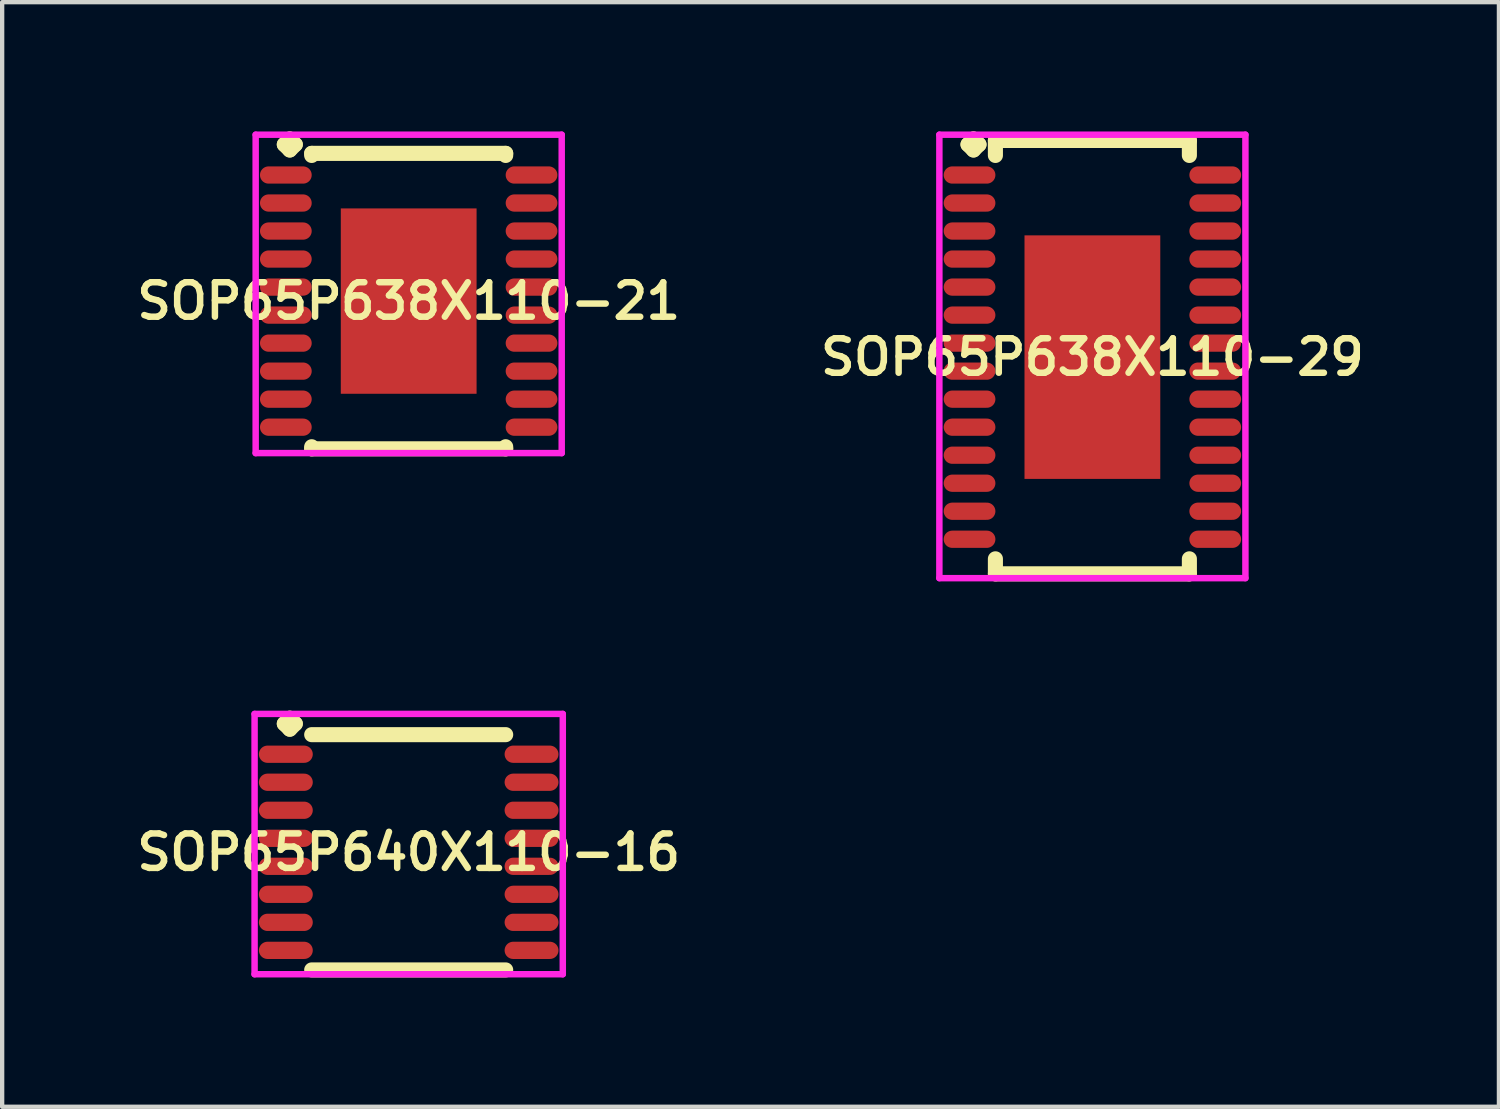
<source format=kicad_pcb>
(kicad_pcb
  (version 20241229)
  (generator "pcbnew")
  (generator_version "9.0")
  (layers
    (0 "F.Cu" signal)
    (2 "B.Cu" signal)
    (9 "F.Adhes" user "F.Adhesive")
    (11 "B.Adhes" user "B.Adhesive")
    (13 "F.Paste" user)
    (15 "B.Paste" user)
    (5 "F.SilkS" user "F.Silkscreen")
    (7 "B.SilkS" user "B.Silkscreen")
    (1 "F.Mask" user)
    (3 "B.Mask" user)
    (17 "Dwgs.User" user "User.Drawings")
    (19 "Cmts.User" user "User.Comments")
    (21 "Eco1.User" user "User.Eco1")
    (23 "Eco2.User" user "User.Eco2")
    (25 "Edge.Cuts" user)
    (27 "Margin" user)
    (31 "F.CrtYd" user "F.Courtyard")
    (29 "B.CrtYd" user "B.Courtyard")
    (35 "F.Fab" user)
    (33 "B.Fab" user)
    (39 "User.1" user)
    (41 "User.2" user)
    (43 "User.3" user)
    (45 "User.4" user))
  (footprint "SOP65P638X110-21"
    (layer "F.Cu")
    (at 6.431 3.935)
    (property "Reference" "SOP65P638X110-21" (at 0 0 0) (layer "F.SilkS") (effects (font (size 0.8 0.8) (thickness 0.15))))
    (attr smd)
    (fp_line (start -2.885 -3.633) (end -2.758 -3.76) (stroke (width 0.35) (type solid)) (layer "F.SilkS"))
    (fp_line (start -2.758 -3.76) (end -2.631 -3.633) (stroke (width 0.35) (type solid)) (layer "F.SilkS"))
    (fp_line (start -2.758 -3.506) (end -2.885 -3.633) (stroke (width 0.35) (type solid)) (layer "F.SilkS"))
    (fp_line (start -2.631 -3.633) (end -2.758 -3.506) (stroke (width 0.35) (type solid)) (layer "F.SilkS"))
    (fp_line (start -2.25 -3.427) (end 2.25 -3.427) (stroke (width 0.35) (type solid)) (layer "F.SilkS"))
    (fp_line (start -2.25 -3.379) (end -2.25 -3.427) (stroke (width 0.35) (type solid)) (layer "F.SilkS"))
    (fp_line (start -2.25 3.379) (end -2.25 3.427) (stroke (width 0.35) (type solid)) (layer "F.SilkS"))
    (fp_line (start -2.25 3.427) (end 2.25 3.427) (stroke (width 0.35) (type solid)) (layer "F.SilkS"))
    (fp_line (start 2.25 -3.427) (end 2.25 -3.379) (stroke (width 0.35) (type solid)) (layer "F.SilkS"))
    (fp_line (start 2.25 3.427) (end 2.25 3.379) (stroke (width 0.35) (type solid)) (layer "F.SilkS"))
    (fp_line (start -3.55 -3.86) (end 3.55 -3.86) (stroke (width 0.15) (type solid)) (layer "F.CrtYd"))
    (fp_line (start -3.55 3.527) (end -3.55 -3.86) (stroke (width 0.15) (type solid)) (layer "F.CrtYd"))
    (fp_line (start 3.55 -3.86) (end 3.55 3.527) (stroke (width 0.15) (type solid)) (layer "F.CrtYd"))
    (fp_line (start 3.55 3.527) (end -3.55 3.527) (stroke (width 0.15) (type solid)) (layer "F.CrtYd"))
    (pad "1" smd oval (at -2.85 -2.925) (size 1.2 0.4) (layers "F.Cu" "F.Mask" "F.Paste"))
    (pad "2" smd oval (at -2.85 -2.275) (size 1.2 0.4) (layers "F.Cu" "F.Mask" "F.Paste"))
    (pad "3" smd oval (at -2.85 -1.625) (size 1.2 0.4) (layers "F.Cu" "F.Mask" "F.Paste"))
    (pad "4" smd oval (at -2.85 -0.975) (size 1.2 0.4) (layers "F.Cu" "F.Mask" "F.Paste"))
    (pad "5" smd oval (at -2.85 -0.325) (size 1.2 0.4) (layers "F.Cu" "F.Mask" "F.Paste"))
    (pad "6" smd oval (at -2.85 0.325) (size 1.2 0.4) (layers "F.Cu" "F.Mask" "F.Paste"))
    (pad "7" smd oval (at -2.85 0.975) (size 1.2 0.4) (layers "F.Cu" "F.Mask" "F.Paste"))
    (pad "8" smd oval (at -2.85 1.625) (size 1.2 0.4) (layers "F.Cu" "F.Mask" "F.Paste"))
    (pad "9" smd oval (at -2.85 2.275) (size 1.2 0.4) (layers "F.Cu" "F.Mask" "F.Paste"))
    (pad "10" smd oval (at -2.85 2.925) (size 1.2 0.4) (layers "F.Cu" "F.Mask" "F.Paste"))
    (pad "11" smd oval (at 2.85 2.925) (size 1.2 0.4) (layers "F.Cu" "F.Mask" "F.Paste"))
    (pad "12" smd oval (at 2.85 2.275) (size 1.2 0.4) (layers "F.Cu" "F.Mask" "F.Paste"))
    (pad "13" smd oval (at 2.85 1.625) (size 1.2 0.4) (layers "F.Cu" "F.Mask" "F.Paste"))
    (pad "14" smd oval (at 2.85 0.975) (size 1.2 0.4) (layers "F.Cu" "F.Mask" "F.Paste"))
    (pad "15" smd oval (at 2.85 0.325) (size 1.2 0.4) (layers "F.Cu" "F.Mask" "F.Paste"))
    (pad "16" smd oval (at 2.85 -0.325) (size 1.2 0.4) (layers "F.Cu" "F.Mask" "F.Paste"))
    (pad "17" smd oval (at 2.85 -0.975) (size 1.2 0.4) (layers "F.Cu" "F.Mask" "F.Paste"))
    (pad "18" smd oval (at 2.85 -1.625) (size 1.2 0.4) (layers "F.Cu" "F.Mask" "F.Paste"))
    (pad "19" smd oval (at 2.85 -2.275) (size 1.2 0.4) (layers "F.Cu" "F.Mask" "F.Paste"))
    (pad "20" smd oval (at 2.85 -2.925) (size 1.2 0.4) (layers "F.Cu" "F.Mask" "F.Paste"))
    (pad "21" smd rect (at 0 0) (size 3.15 4.3) (layers "F.Cu" "F.Mask" "F.Paste")))
  (footprint "SOP65P638X110-29"
    (layer "F.Cu")
    (at 22.292 5.235)
    (property "Reference" "SOP65P638X110-29" (at 0 0 0) (layer "F.SilkS") (effects (font (size 0.8 0.8) (thickness 0.15))))
    (attr through_hole)
    (fp_line (start -2.885 -4.933) (end -2.758 -5.06) (stroke (width 0.35) (type solid)) (layer "F.SilkS"))
    (fp_line (start -2.758 -5.06) (end -2.631 -4.933) (stroke (width 0.35) (type solid)) (layer "F.SilkS"))
    (fp_line (start -2.758 -4.806) (end -2.885 -4.933) (stroke (width 0.35) (type solid)) (layer "F.SilkS"))
    (fp_line (start -2.631 -4.933) (end -2.758 -4.806) (stroke (width 0.35) (type solid)) (layer "F.SilkS"))
    (fp_line (start -2.25 -5.027) (end 2.25 -5.027) (stroke (width 0.35) (type solid)) (layer "F.SilkS"))
    (fp_line (start -2.25 -4.679) (end -2.25 -5.027) (stroke (width 0.35) (type solid)) (layer "F.SilkS"))
    (fp_line (start -2.25 4.679) (end -2.25 5.027) (stroke (width 0.35) (type solid)) (layer "F.SilkS"))
    (fp_line (start -2.25 5.027) (end 2.25 5.027) (stroke (width 0.35) (type solid)) (layer "F.SilkS"))
    (fp_line (start 2.25 -5.027) (end 2.25 -4.679) (stroke (width 0.35) (type solid)) (layer "F.SilkS"))
    (fp_line (start 2.25 5.027) (end 2.25 4.679) (stroke (width 0.35) (type solid)) (layer "F.SilkS"))
    (fp_line (start -3.55 -5.16) (end 3.55 -5.16) (stroke (width 0.15) (type solid)) (layer "F.CrtYd"))
    (fp_line (start -3.55 5.127) (end -3.55 -5.16) (stroke (width 0.15) (type solid)) (layer "F.CrtYd"))
    (fp_line (start 3.55 -5.16) (end 3.55 5.127) (stroke (width 0.15) (type solid)) (layer "F.CrtYd"))
    (fp_line (start 3.55 5.127) (end -3.55 5.127) (stroke (width 0.15) (type solid)) (layer "F.CrtYd"))
    (pad "1" smd oval (at -2.85 -4.225) (size 1.2 0.4) (layers "F.Cu" "F.Mask" "F.Paste"))
    (pad "2" smd oval (at -2.85 -3.575) (size 1.2 0.4) (layers "F.Cu" "F.Mask" "F.Paste"))
    (pad "3" smd oval (at -2.85 -2.925) (size 1.2 0.4) (layers "F.Cu" "F.Mask" "F.Paste"))
    (pad "4" smd oval (at -2.85 -2.275) (size 1.2 0.4) (layers "F.Cu" "F.Mask" "F.Paste"))
    (pad "5" smd oval (at -2.85 -1.625) (size 1.2 0.4) (layers "F.Cu" "F.Mask" "F.Paste"))
    (pad "6" smd oval (at -2.85 -0.975) (size 1.2 0.4) (layers "F.Cu" "F.Mask" "F.Paste"))
    (pad "7" smd oval (at -2.85 -0.325) (size 1.2 0.4) (layers "F.Cu" "F.Mask" "F.Paste"))
    (pad "8" smd oval (at -2.85 0.325) (size 1.2 0.4) (layers "F.Cu" "F.Mask" "F.Paste"))
    (pad "9" smd oval (at -2.85 0.975) (size 1.2 0.4) (layers "F.Cu" "F.Mask" "F.Paste"))
    (pad "10" smd oval (at -2.85 1.625) (size 1.2 0.4) (layers "F.Cu" "F.Mask" "F.Paste"))
    (pad "11" smd oval (at -2.85 2.275) (size 1.2 0.4) (layers "F.Cu" "F.Mask" "F.Paste"))
    (pad "12" smd oval (at -2.85 2.925) (size 1.2 0.4) (layers "F.Cu" "F.Mask" "F.Paste"))
    (pad "13" smd oval (at -2.85 3.575) (size 1.2 0.4) (layers "F.Cu" "F.Mask" "F.Paste"))
    (pad "14" smd oval (at -2.85 4.225) (size 1.2 0.4) (layers "F.Cu" "F.Mask" "F.Paste"))
    (pad "15" smd oval (at 2.85 4.225) (size 1.2 0.4) (layers "F.Cu" "F.Mask" "F.Paste"))
    (pad "16" smd oval (at 2.85 3.575) (size 1.2 0.4) (layers "F.Cu" "F.Mask" "F.Paste"))
    (pad "17" smd oval (at 2.85 2.925) (size 1.2 0.4) (layers "F.Cu" "F.Mask" "F.Paste"))
    (pad "18" smd oval (at 2.85 2.275) (size 1.2 0.4) (layers "F.Cu" "F.Mask" "F.Paste"))
    (pad "19" smd oval (at 2.85 1.625) (size 1.2 0.4) (layers "F.Cu" "F.Mask" "F.Paste"))
    (pad "20" smd oval (at 2.85 0.975) (size 1.2 0.4) (layers "F.Cu" "F.Mask" "F.Paste"))
    (pad "21" smd oval (at 2.85 0.325) (size 1.2 0.4) (layers "F.Cu" "F.Mask" "F.Paste"))
    (pad "22" smd oval (at 2.85 -0.325) (size 1.2 0.4) (layers "F.Cu" "F.Mask" "F.Paste"))
    (pad "23" smd oval (at 2.85 -0.975) (size 1.2 0.4) (layers "F.Cu" "F.Mask" "F.Paste"))
    (pad "24" smd oval (at 2.85 -1.625) (size 1.2 0.4) (layers "F.Cu" "F.Mask" "F.Paste"))
    (pad "25" smd oval (at 2.85 -2.275) (size 1.2 0.4) (layers "F.Cu" "F.Mask" "F.Paste"))
    (pad "26" smd oval (at 2.85 -2.925) (size 1.2 0.4) (layers "F.Cu" "F.Mask" "F.Paste"))
    (pad "27" smd oval (at 2.85 -3.575) (size 1.2 0.4) (layers "F.Cu" "F.Mask" "F.Paste"))
    (pad "28" smd oval (at 2.85 -4.225) (size 1.2 0.4) (layers "F.Cu" "F.Mask" "F.Paste"))
    (pad "29" smd rect (at 0 0) (size 3.15 5.65) (layers "F.Cu" "F.Mask" "F.Paste")))
  (footprint "SOP65P640X110-16"
    (layer "F.Cu")
    (at 6.431 16.722)
    (property "Reference" "SOP65P640X110-16" (at 0 0 0) (layer "F.SilkS") (effects (font (size 0.8 0.8) (thickness 0.15))))
    (attr smd)
    (fp_line (start -2.885 -2.983) (end -2.758 -3.11) (stroke (width 0.35) (type solid)) (layer "F.SilkS"))
    (fp_line (start -2.758 -3.11) (end -2.631 -2.983) (stroke (width 0.35) (type solid)) (layer "F.SilkS"))
    (fp_line (start -2.758 -2.856) (end -2.885 -2.983) (stroke (width 0.35) (type solid)) (layer "F.SilkS"))
    (fp_line (start -2.631 -2.983) (end -2.758 -2.856) (stroke (width 0.35) (type solid)) (layer "F.SilkS"))
    (fp_line (start -2.25 -2.729) (end 2.25 -2.729) (stroke (width 0.35) (type solid)) (layer "F.SilkS"))
    (fp_line (start -2.25 2.729) (end 2.25 2.729) (stroke (width 0.35) (type solid)) (layer "F.SilkS"))
    (fp_line (start -3.575 -3.21) (end 3.575 -3.21) (stroke (width 0.15) (type solid)) (layer "F.CrtYd"))
    (fp_line (start -3.575 2.829) (end -3.575 -3.21) (stroke (width 0.15) (type solid)) (layer "F.CrtYd"))
    (fp_line (start 3.575 -3.21) (end 3.575 2.829) (stroke (width 0.15) (type solid)) (layer "F.CrtYd"))
    (fp_line (start 3.575 2.829) (end -3.575 2.829) (stroke (width 0.15) (type solid)) (layer "F.CrtYd"))
    (pad "1" smd oval (at -2.85 -2.275) (size 1.25 0.4) (layers "F.Cu" "F.Mask" "F.Paste"))
    (pad "2" smd oval (at -2.85 -1.625) (size 1.25 0.4) (layers "F.Cu" "F.Mask" "F.Paste"))
    (pad "3" smd oval (at -2.85 -0.975) (size 1.25 0.4) (layers "F.Cu" "F.Mask" "F.Paste"))
    (pad "4" smd oval (at -2.85 -0.325) (size 1.25 0.4) (layers "F.Cu" "F.Mask" "F.Paste"))
    (pad "5" smd oval (at -2.85 0.325) (size 1.25 0.4) (layers "F.Cu" "F.Mask" "F.Paste"))
    (pad "6" smd oval (at -2.85 0.975) (size 1.25 0.4) (layers "F.Cu" "F.Mask" "F.Paste"))
    (pad "7" smd oval (at -2.85 1.625) (size 1.25 0.4) (layers "F.Cu" "F.Mask" "F.Paste"))
    (pad "8" smd oval (at -2.85 2.275) (size 1.25 0.4) (layers "F.Cu" "F.Mask" "F.Paste"))
    (pad "9" smd oval (at 2.85 2.275) (size 1.25 0.4) (layers "F.Cu" "F.Mask" "F.Paste"))
    (pad "10" smd oval (at 2.85 1.625) (size 1.25 0.4) (layers "F.Cu" "F.Mask" "F.Paste"))
    (pad "11" smd oval (at 2.85 0.975) (size 1.25 0.4) (layers "F.Cu" "F.Mask" "F.Paste"))
    (pad "12" smd oval (at 2.85 0.325) (size 1.25 0.4) (layers "F.Cu" "F.Mask" "F.Paste"))
    (pad "13" smd oval (at 2.85 -0.325) (size 1.25 0.4) (layers "F.Cu" "F.Mask" "F.Paste"))
    (pad "14" smd oval (at 2.85 -0.975) (size 1.25 0.4) (layers "F.Cu" "F.Mask" "F.Paste"))
    (pad "15" smd oval (at 2.85 -1.625) (size 1.25 0.4) (layers "F.Cu" "F.Mask" "F.Paste"))
    (pad "16" smd oval (at 2.85 -2.275) (size 1.25 0.4) (layers "F.Cu" "F.Mask" "F.Paste")))
  (gr_rect
    (start -3 -3)
    (end 31.723 22.626)
    (stroke (width 0.1) (type default))
    (fill no)
    (layer "Edge.Cuts")))
</source>
